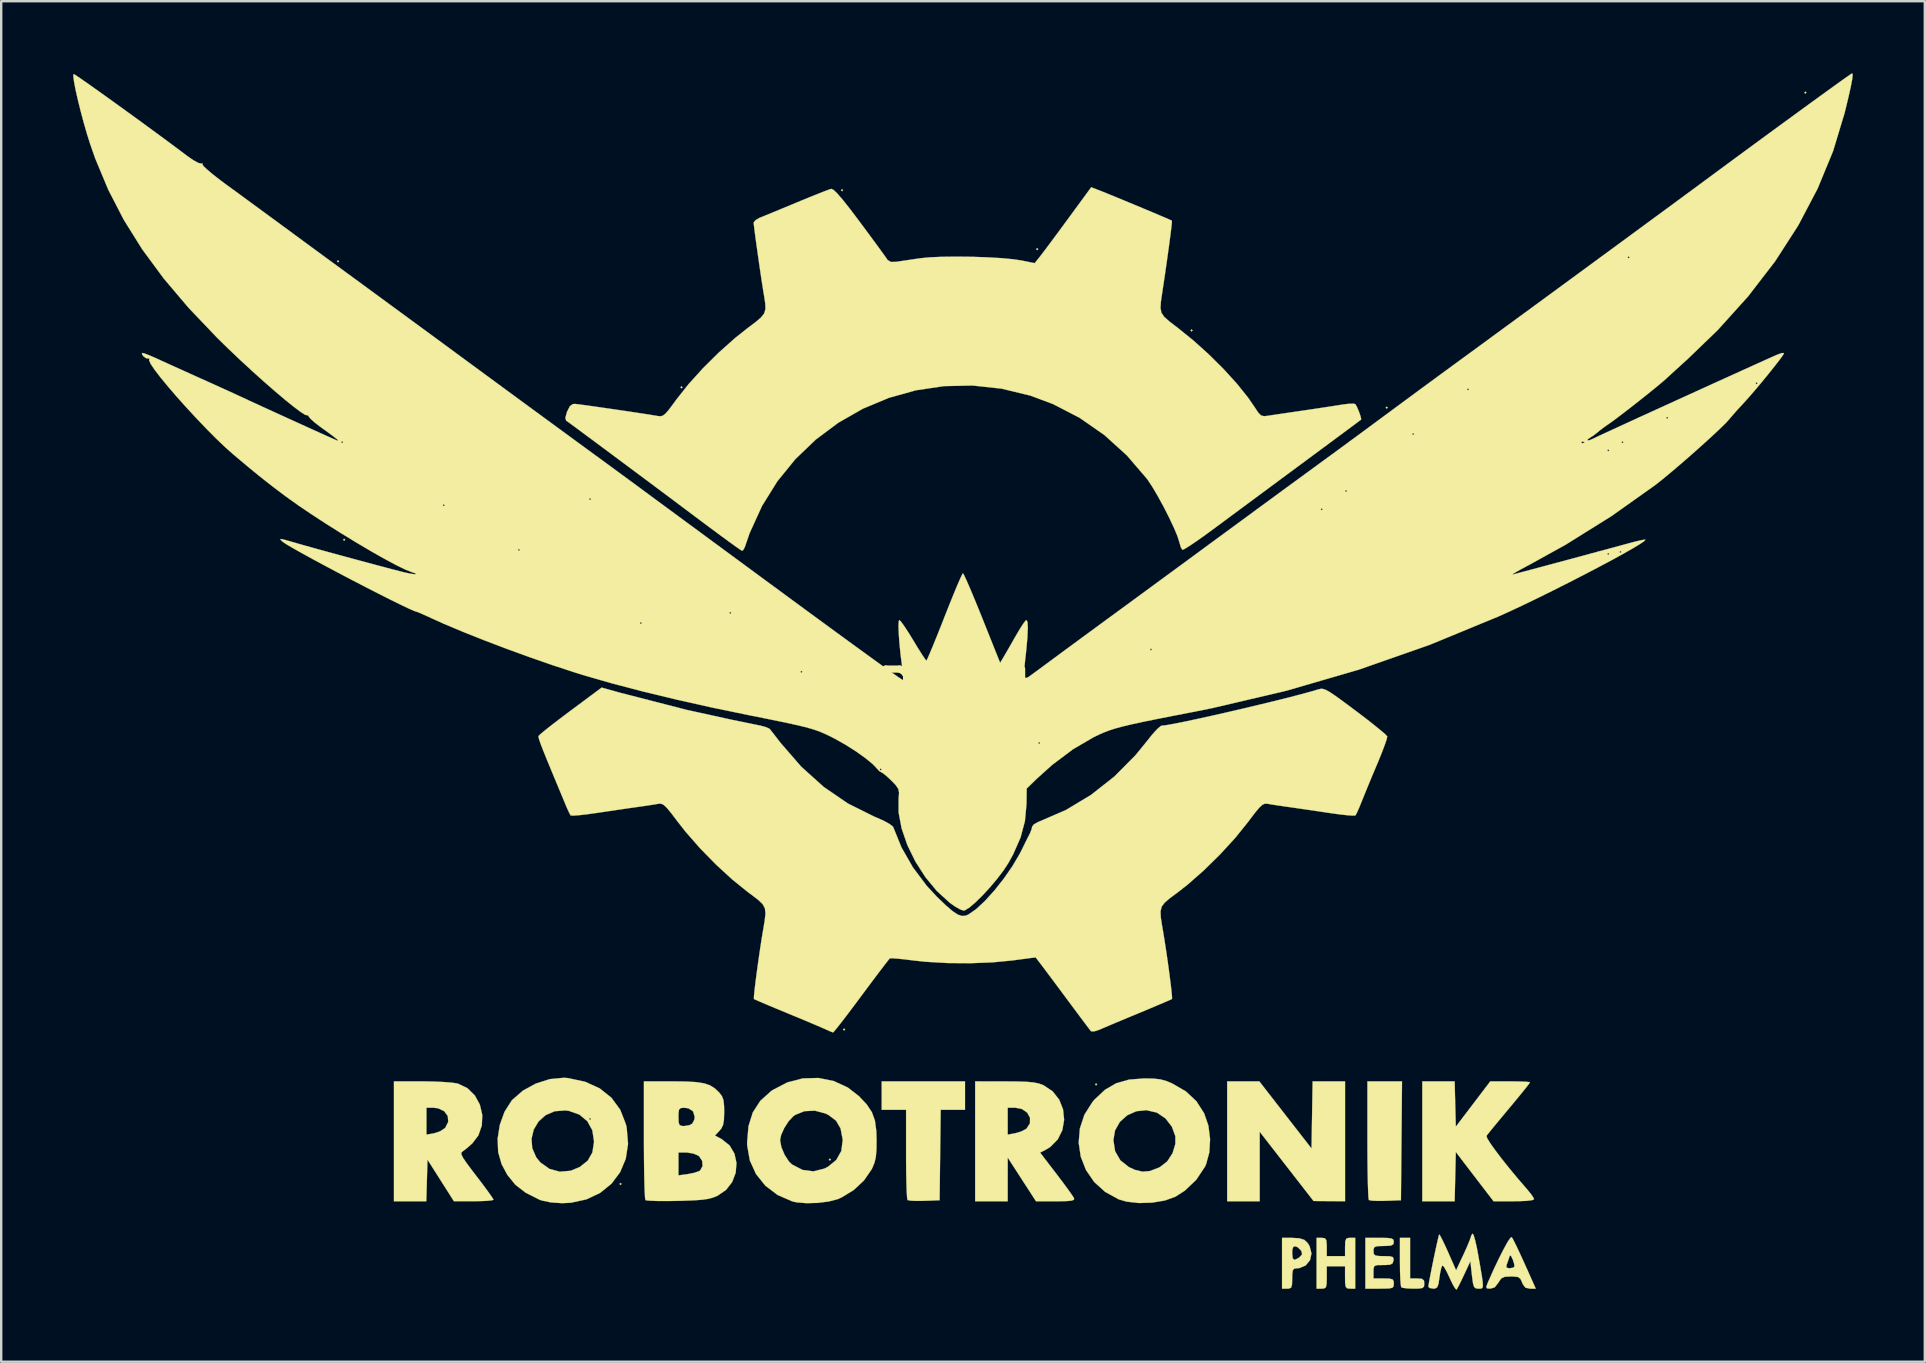
<source format=kicad_pcb>
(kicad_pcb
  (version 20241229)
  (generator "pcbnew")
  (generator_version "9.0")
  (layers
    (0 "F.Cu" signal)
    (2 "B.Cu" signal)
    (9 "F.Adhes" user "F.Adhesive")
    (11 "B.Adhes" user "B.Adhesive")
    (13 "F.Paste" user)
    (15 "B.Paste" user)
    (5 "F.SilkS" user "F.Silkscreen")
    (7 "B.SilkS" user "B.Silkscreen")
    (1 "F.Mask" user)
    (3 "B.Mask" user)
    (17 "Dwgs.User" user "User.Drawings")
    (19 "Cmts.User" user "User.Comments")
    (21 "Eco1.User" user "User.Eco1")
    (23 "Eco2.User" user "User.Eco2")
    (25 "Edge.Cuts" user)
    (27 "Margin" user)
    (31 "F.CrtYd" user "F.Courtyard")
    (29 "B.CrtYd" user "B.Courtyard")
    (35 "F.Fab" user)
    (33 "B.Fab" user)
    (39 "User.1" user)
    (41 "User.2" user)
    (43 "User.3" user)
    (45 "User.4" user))
  (footprint "LogoRobotronik"
    (layer "F.Cu")
    (at 36.899 25.659)
    (property "Reference" "LogoRobotronik" (at 0 0 0) (layer "F.SilkS") (effects (font (size 1.524 1.524) (thickness 0.3))))
    (attr through_hole)
    (fp_poly (pts (xy -25.823 -17.822) (xy -25.866 -17.78) (xy -25.908 -17.822) (xy -25.866 -17.865) (xy -25.823 -17.822)) (stroke (width 0.01) (type solid)) (fill yes) (layer "F.SilkS"))
    (fp_poly (pts (xy -25.569 -6.223) (xy -25.612 -6.181) (xy -25.654 -6.223) (xy -25.612 -6.265) (xy -25.569 -6.223)) (stroke (width 0.01) (type solid)) (fill yes) (layer "F.SilkS"))
    (fp_poly (pts (xy -14.055 20.616) (xy -14.097 20.659) (xy -14.139 20.616) (xy -14.097 20.574) (xy -14.055 20.616)) (stroke (width 0.01) (type solid)) (fill yes) (layer "F.SilkS"))
    (fp_poly (pts (xy -11.515 -12.573) (xy -11.557 -12.531) (xy -11.599 -12.573) (xy -11.557 -12.615) (xy -11.515 -12.573)) (stroke (width 0.01) (type solid)) (fill yes) (layer "F.SilkS"))
    (fp_poly (pts (xy -5.334 19.6) (xy -5.376 19.643) (xy -5.419 19.6) (xy -5.376 19.558) (xy -5.334 19.6)) (stroke (width 0.01) (type solid)) (fill yes) (layer "F.SilkS"))
    (fp_poly (pts (xy -4.826 -20.786) (xy -4.868 -20.743) (xy -4.911 -20.786) (xy -4.868 -20.828) (xy -4.826 -20.786)) (stroke (width 0.01) (type solid)) (fill yes) (layer "F.SilkS"))
    (fp_poly (pts (xy -4.741 14.182) (xy -4.784 14.224) (xy -4.826 14.182) (xy -4.784 14.139) (xy -4.741 14.182)) (stroke (width 0.01) (type solid)) (fill yes) (layer "F.SilkS"))
    (fp_poly (pts (xy 3.302 -18.33) (xy 3.26 -18.288) (xy 3.217 -18.33) (xy 3.26 -18.373) (xy 3.302 -18.33)) (stroke (width 0.01) (type solid)) (fill yes) (layer "F.SilkS"))
    (fp_poly (pts (xy 5.757 16.468) (xy 5.715 16.51) (xy 5.673 16.468) (xy 5.715 16.425) (xy 5.757 16.468)) (stroke (width 0.01) (type solid)) (fill yes) (layer "F.SilkS"))
    (fp_poly (pts (xy 9.737 -14.944) (xy 9.694 -14.901) (xy 9.652 -14.944) (xy 9.694 -14.986) (xy 9.737 -14.944)) (stroke (width 0.01) (type solid)) (fill yes) (layer "F.SilkS"))
    (fp_poly (pts (xy 17.865 -11.726) (xy 17.822 -11.684) (xy 17.78 -11.726) (xy 17.822 -11.769) (xy 17.865 -11.726)) (stroke (width 0.01) (type solid)) (fill yes) (layer "F.SilkS"))
    (fp_poly (pts (xy 35.306 -24.85) (xy 35.264 -24.807) (xy 35.221 -24.85) (xy 35.264 -24.892) (xy 35.306 -24.85)) (stroke (width 0.01) (type solid)) (fill yes) (layer "F.SilkS"))
    (fp_poly (pts (xy 13.602 17.74) (xy 14.69 19.139) (xy 14.713 17.74) (xy 14.736 16.341) (xy 16.087 16.341) (xy 16.087 21.336) (xy 14.774 21.326) (xy 13.652 19.883) (xy 12.531 18.44) (xy 12.531 21.336) (xy 11.176 21.336) (xy 11.176 16.341) (xy 12.515 16.341) (xy 13.602 17.74)) (stroke (width 0.01) (type solid)) (fill yes) (layer "F.SilkS"))
    (fp_poly (pts (xy 18.437 18.817) (xy 18.415 21.294) (xy 17.776 21.318) (xy 17.462 21.322) (xy 17.216 21.312) (xy 17.085 21.288) (xy 17.078 21.283) (xy 17.062 21.186) (xy 17.049 20.942) (xy 17.037 20.571) (xy 17.027 20.097) (xy 17.021 19.541) (xy 17.018 18.925) (xy 17.018 18.782) (xy 17.018 16.341) (xy 18.46 16.341) (xy 18.437 18.817)) (stroke (width 0.01) (type solid)) (fill yes) (layer "F.SilkS"))
    (fp_poly (pts (xy 18.796 24.553) (xy 19.092 24.553) (xy 19.293 24.569) (xy 19.375 24.64) (xy 19.389 24.765) (xy 19.376 24.888) (xy 19.31 24.951) (xy 19.149 24.974) (xy 18.937 24.977) (xy 18.674 24.967) (xy 18.485 24.942) (xy 18.429 24.92) (xy 18.407 24.818) (xy 18.389 24.582) (xy 18.377 24.248) (xy 18.373 23.862) (xy 18.373 22.86) (xy 18.796 22.86) (xy 18.796 24.553)) (stroke (width 0.01) (type solid)) (fill yes) (layer "F.SilkS"))
    (fp_poly (pts (xy 0.254 17.526) (xy -0.759 17.526) (xy -0.782 19.41) (xy -0.804 21.294) (xy -1.443 21.318) (xy -1.758 21.322) (xy -2.004 21.312) (xy -2.134 21.288) (xy -2.142 21.283) (xy -2.159 21.184) (xy -2.175 20.941) (xy -2.187 20.58) (xy -2.196 20.125) (xy -2.201 19.603) (xy -2.201 19.375) (xy -2.201 17.526) (xy -3.217 17.526) (xy -3.217 16.341) (xy 0.254 16.341) (xy 0.254 17.526)) (stroke (width 0.01) (type solid)) (fill yes) (layer "F.SilkS"))
    (fp_poly (pts (xy 15.244 22.876) (xy 15.305 22.953) (xy 15.324 23.138) (xy 15.325 23.241) (xy 15.325 23.622) (xy 16.087 23.622) (xy 16.087 23.241) (xy 16.095 23.006) (xy 16.139 22.895) (xy 16.241 22.861) (xy 16.298 22.86) (xy 16.51 22.86) (xy 16.51 24.977) (xy 16.298 24.977) (xy 16.177 24.965) (xy 16.114 24.901) (xy 16.09 24.744) (xy 16.087 24.511) (xy 16.087 24.045) (xy 15.325 24.045) (xy 15.325 24.511) (xy 15.319 24.778) (xy 15.29 24.917) (xy 15.219 24.969) (xy 15.113 24.977) (xy 14.901 24.977) (xy 14.901 22.86) (xy 15.113 22.86) (xy 15.244 22.876)) (stroke (width 0.01) (type solid)) (fill yes) (layer "F.SilkS"))
    (fp_poly (pts (xy 14.17 22.877) (xy 14.386 22.942) (xy 14.532 23.078) (xy 14.61 23.208) (xy 14.688 23.511) (xy 14.626 23.792) (xy 14.449 24.009) (xy 14.178 24.122) (xy 14.078 24.13) (xy 13.963 24.147) (xy 13.906 24.226) (xy 13.887 24.409) (xy 13.885 24.553) (xy 13.878 24.805) (xy 13.843 24.93) (xy 13.759 24.973) (xy 13.674 24.977) (xy 13.462 24.977) (xy 13.462 23.489) (xy 13.885 23.489) (xy 13.904 23.711) (xy 13.977 23.781) (xy 14.127 23.712) (xy 14.187 23.669) (xy 14.298 23.547) (xy 14.268 23.412) (xy 14.257 23.394) (xy 14.118 23.255) (xy 14.024 23.214) (xy 13.929 23.233) (xy 13.889 23.367) (xy 13.885 23.489) (xy 13.462 23.489) (xy 13.462 22.86) (xy 13.836 22.86) (xy 14.17 22.877)) (stroke (width 0.01) (type solid)) (fill yes) (layer "F.SilkS"))
    (fp_poly (pts (xy 20.677 17.285) (xy 20.701 18.229) (xy 21.419 17.285) (xy 22.137 16.341) (xy 22.964 16.341) (xy 23.315 16.345) (xy 23.592 16.355) (xy 23.759 16.371) (xy 23.791 16.383) (xy 23.74 16.458) (xy 23.597 16.641) (xy 23.382 16.907) (xy 23.112 17.235) (xy 22.916 17.47) (xy 22.615 17.831) (xy 22.35 18.15) (xy 22.143 18.404) (xy 22.012 18.568) (xy 21.979 18.614) (xy 22.009 18.712) (xy 22.135 18.917) (xy 22.342 19.208) (xy 22.613 19.566) (xy 22.935 19.969) (xy 23.29 20.397) (xy 23.664 20.83) (xy 23.68 20.849) (xy 23.843 21.049) (xy 23.944 21.204) (xy 23.961 21.252) (xy 23.88 21.291) (xy 23.656 21.319) (xy 23.312 21.334) (xy 23.117 21.336) (xy 22.274 21.336) (xy 21.487 20.31) (xy 20.701 19.283) (xy 20.677 20.31) (xy 20.653 21.336) (xy 19.304 21.336) (xy 19.304 16.341) (xy 20.653 16.341) (xy 20.677 17.285)) (stroke (width 0.01) (type solid)) (fill yes) (layer "F.SilkS"))
    (fp_poly (pts (xy 17.837 22.865) (xy 18.016 22.885) (xy 18.098 22.932) (xy 18.119 23.016) (xy 18.119 23.029) (xy 18.096 23.131) (xy 18.002 23.182) (xy 17.793 23.198) (xy 17.695 23.199) (xy 17.444 23.206) (xy 17.319 23.241) (xy 17.276 23.325) (xy 17.272 23.41) (xy 17.285 23.535) (xy 17.355 23.598) (xy 17.522 23.62) (xy 17.701 23.622) (xy 17.954 23.629) (xy 18.076 23.661) (xy 18.11 23.737) (xy 18.103 23.81) (xy 18.065 23.924) (xy 17.964 23.979) (xy 17.753 23.993) (xy 17.674 23.993) (xy 17.432 23.996) (xy 17.314 24.032) (xy 17.275 24.133) (xy 17.272 24.271) (xy 17.272 24.553) (xy 17.695 24.553) (xy 17.947 24.56) (xy 18.072 24.595) (xy 18.115 24.68) (xy 18.119 24.765) (xy 18.11 24.876) (xy 18.059 24.939) (xy 17.93 24.968) (xy 17.684 24.976) (xy 17.526 24.977) (xy 16.933 24.977) (xy 16.933 22.86) (xy 17.526 22.86) (xy 17.837 22.865)) (stroke (width 0.01) (type solid)) (fill yes) (layer "F.SilkS"))
    (fp_poly (pts (xy 23.03 22.828) (xy 23.09 22.929) (xy 23.203 23.155) (xy 23.354 23.473) (xy 23.528 23.852) (xy 23.568 23.939) (xy 24.032 24.977) (xy 23.793 24.977) (xy 23.604 24.939) (xy 23.493 24.793) (xy 23.465 24.723) (xy 23.393 24.565) (xy 23.285 24.491) (xy 23.084 24.469) (xy 22.994 24.469) (xy 22.745 24.482) (xy 22.601 24.545) (xy 22.497 24.688) (xy 22.479 24.723) (xy 22.322 24.922) (xy 22.137 24.977) (xy 22.001 24.967) (xy 21.969 24.906) (xy 22.026 24.748) (xy 22.046 24.701) (xy 22.271 24.196) (xy 22.317 24.099) (xy 22.808 24.099) (xy 22.931 24.13) (xy 23.088 24.103) (xy 23.14 24.067) (xy 23.135 23.951) (xy 23.074 23.763) (xy 23.073 23.76) (xy 22.998 23.607) (xy 22.953 23.6) (xy 22.925 23.675) (xy 22.852 23.895) (xy 22.818 23.982) (xy 22.808 24.099) (xy 22.317 24.099) (xy 22.487 23.74) (xy 22.682 23.354) (xy 22.844 23.058) (xy 22.963 22.876) (xy 23.028 22.827) (xy 23.03 22.828)) (stroke (width 0.01) (type solid)) (fill yes) (layer "F.SilkS"))
    (fp_poly (pts (xy 1.926 16.343) (xy 2.445 16.347) (xy 2.828 16.36) (xy 3.108 16.386) (xy 3.318 16.428) (xy 3.491 16.488) (xy 3.52 16.501) (xy 3.907 16.758) (xy 4.18 17.106) (xy 4.339 17.513) (xy 4.383 17.945) (xy 4.31 18.371) (xy 4.118 18.758) (xy 3.807 19.074) (xy 3.629 19.183) (xy 3.383 19.31) (xy 4.067 20.202) (xy 4.325 20.543) (xy 4.546 20.843) (xy 4.709 21.073) (xy 4.793 21.204) (xy 4.798 21.215) (xy 4.792 21.272) (xy 4.706 21.308) (xy 4.513 21.328) (xy 4.186 21.336) (xy 4.028 21.336) (xy 3.211 21.336) (xy 2.622 20.426) (xy 2.033 19.516) (xy 2.032 20.426) (xy 2.032 21.336) (xy 0.677 21.336) (xy 0.677 17.441) (xy 2.032 17.441) (xy 2.032 18.561) (xy 2.349 18.502) (xy 2.601 18.428) (xy 2.798 18.324) (xy 2.815 18.31) (xy 2.959 18.091) (xy 2.962 17.857) (xy 2.846 17.645) (xy 2.629 17.494) (xy 2.358 17.441) (xy 2.032 17.441) (xy 0.677 17.441) (xy 0.677 16.341) (xy 1.926 16.343)) (stroke (width 0.01) (type solid)) (fill yes) (layer "F.SilkS"))
    (fp_poly (pts (xy -22.373 16.341) (xy -21.914 16.348) (xy -21.486 16.367) (xy -21.133 16.394) (xy -20.899 16.428) (xy -20.874 16.435) (xy -20.474 16.626) (xy -20.165 16.93) (xy -19.957 17.313) (xy -19.857 17.74) (xy -19.875 18.177) (xy -20.018 18.59) (xy -20.266 18.918) (xy -20.468 19.099) (xy -20.642 19.236) (xy -20.681 19.262) (xy -20.728 19.31) (xy -20.726 19.39) (xy -20.66 19.523) (xy -20.521 19.73) (xy -20.294 20.035) (xy -20.108 20.278) (xy -19.848 20.619) (xy -19.63 20.914) (xy -19.472 21.136) (xy -19.394 21.259) (xy -19.389 21.273) (xy -19.468 21.299) (xy -19.679 21.32) (xy -19.987 21.332) (xy -20.214 21.334) (xy -21.04 21.333) (xy -22.14 19.602) (xy -22.189 21.336) (xy -23.537 21.336) (xy -23.537 17.441) (xy -22.183 17.441) (xy -22.183 18.561) (xy -21.865 18.505) (xy -21.613 18.422) (xy -21.416 18.292) (xy -21.399 18.274) (xy -21.274 18.025) (xy -21.295 17.783) (xy -21.443 17.584) (xy -21.698 17.463) (xy -21.886 17.441) (xy -22.183 17.441) (xy -23.537 17.441) (xy -23.537 16.341) (xy -22.373 16.341)) (stroke (width 0.01) (type solid)) (fill yes) (layer "F.SilkS"))
    (fp_poly (pts (xy 8.103 16.226) (xy 8.397 16.259) (xy 8.654 16.331) (xy 8.894 16.434) (xy 9.46 16.763) (xy 9.891 17.166) (xy 10.213 17.666) (xy 10.22 17.68) (xy 10.393 18.184) (xy 10.464 18.744) (xy 10.432 19.302) (xy 10.296 19.798) (xy 10.25 19.897) (xy 9.889 20.439) (xy 9.411 20.895) (xy 9.017 21.147) (xy 8.583 21.304) (xy 8.057 21.393) (xy 7.503 21.41) (xy 6.986 21.352) (xy 6.663 21.259) (xy 6.093 20.947) (xy 5.634 20.531) (xy 5.294 20.035) (xy 5.077 19.483) (xy 4.99 18.899) (xy 4.999 18.789) (xy 6.435 18.789) (xy 6.508 19.254) (xy 6.725 19.63) (xy 7.083 19.914) (xy 7.339 20.03) (xy 7.652 20.104) (xy 7.956 20.077) (xy 8.312 19.942) (xy 8.382 19.908) (xy 8.679 19.675) (xy 8.9 19.335) (xy 9.018 18.946) (xy 9.017 18.626) (xy 8.872 18.229) (xy 8.604 17.884) (xy 8.256 17.648) (xy 8.241 17.641) (xy 7.81 17.542) (xy 7.391 17.586) (xy 7.013 17.754) (xy 6.707 18.027) (xy 6.504 18.385) (xy 6.435 18.789) (xy 4.999 18.789) (xy 5.039 18.307) (xy 5.228 17.732) (xy 5.566 17.197) (xy 5.65 17.099) (xy 6.086 16.691) (xy 6.553 16.42) (xy 7.089 16.268) (xy 7.705 16.22) (xy 8.103 16.226)) (stroke (width 0.01) (type solid)) (fill yes) (layer "F.SilkS"))
    (fp_poly (pts (xy 21.451 22.769) (xy 21.511 22.979) (xy 21.58 23.287) (xy 21.631 23.558) (xy 21.722 24.076) (xy 21.785 24.449) (xy 21.821 24.703) (xy 21.829 24.859) (xy 21.811 24.941) (xy 21.767 24.973) (xy 21.696 24.977) (xy 21.648 24.977) (xy 21.534 24.965) (xy 21.463 24.905) (xy 21.418 24.759) (xy 21.381 24.491) (xy 21.371 24.405) (xy 21.308 23.834) (xy 21.045 24.4) (xy 20.911 24.682) (xy 20.8 24.901) (xy 20.735 25.013) (xy 20.731 25.017) (xy 20.676 24.972) (xy 20.576 24.804) (xy 20.454 24.55) (xy 20.441 24.52) (xy 20.316 24.256) (xy 20.21 24.073) (xy 20.143 24.008) (xy 20.14 24.01) (xy 20.096 24.108) (xy 20.048 24.322) (xy 20.02 24.512) (xy 19.979 24.78) (xy 19.926 24.919) (xy 19.84 24.971) (xy 19.76 24.977) (xy 19.606 24.948) (xy 19.558 24.896) (xy 19.574 24.777) (xy 19.617 24.539) (xy 19.68 24.218) (xy 19.753 23.855) (xy 19.83 23.488) (xy 19.902 23.154) (xy 19.962 22.892) (xy 20 22.741) (xy 20.009 22.719) (xy 20.054 22.778) (xy 20.149 22.961) (xy 20.28 23.236) (xy 20.377 23.451) (xy 20.713 24.213) (xy 21.025 23.548) (xy 21.166 23.236) (xy 21.273 22.977) (xy 21.331 22.815) (xy 21.336 22.786) (xy 21.386 22.695) (xy 21.408 22.691) (xy 21.451 22.769)) (stroke (width 0.01) (type solid)) (fill yes) (layer "F.SilkS"))
    (fp_poly (pts (xy -16.283 16.205) (xy -15.571 16.358) (xy -14.966 16.633) (xy -14.476 17.024) (xy -14.11 17.523) (xy -13.875 18.125) (xy -13.84 18.278) (xy -13.784 18.947) (xy -13.88 19.569) (xy -14.115 20.126) (xy -14.474 20.604) (xy -14.945 20.986) (xy -15.513 21.256) (xy -16.164 21.398) (xy -16.534 21.416) (xy -16.994 21.385) (xy -17.376 21.306) (xy -17.484 21.267) (xy -18.047 20.982) (xy -18.477 20.65) (xy -18.812 20.238) (xy -19.052 19.79) (xy -19.195 19.29) (xy -19.217 18.731) (xy -17.806 18.731) (xy -17.776 19.126) (xy -17.609 19.507) (xy -17.435 19.721) (xy -17.056 19.989) (xy -16.626 20.105) (xy -16.173 20.066) (xy -15.799 19.911) (xy -15.464 19.646) (xy -15.27 19.305) (xy -15.202 18.865) (xy -15.202 18.845) (xy -15.272 18.379) (xy -15.48 18.001) (xy -15.593 17.907) (xy -15.409 17.907) (xy -15.367 17.949) (xy -15.325 17.907) (xy -15.367 17.865) (xy -15.409 17.907) (xy -15.593 17.907) (xy -15.811 17.725) (xy -16.247 17.572) (xy -16.398 17.552) (xy -16.842 17.586) (xy -17.218 17.749) (xy -17.514 18.014) (xy -17.714 18.35) (xy -17.806 18.731) (xy -19.217 18.731) (xy -19.217 18.729) (xy -19.126 18.153) (xy -18.931 17.611) (xy -18.639 17.151) (xy -18.603 17.109) (xy -18.163 16.726) (xy -17.626 16.433) (xy -17.043 16.248) (xy -16.462 16.192) (xy -16.283 16.205)) (stroke (width 0.01) (type solid)) (fill yes) (layer "F.SilkS"))
    (fp_poly (pts (xy -5.218 16.327) (xy -4.629 16.598) (xy -4.163 16.959) (xy -3.839 17.304) (xy -3.625 17.627) (xy -3.498 17.978) (xy -3.441 18.409) (xy -3.43 18.796) (xy -3.436 19.203) (xy -3.461 19.494) (xy -3.514 19.722) (xy -3.604 19.942) (xy -3.64 20.013) (xy -3.955 20.469) (xy -4.389 20.873) (xy -4.893 21.18) (xy -5.062 21.252) (xy -5.432 21.348) (xy -5.885 21.404) (xy -6.353 21.416) (xy -6.766 21.381) (xy -6.943 21.341) (xy -7.554 21.075) (xy -8.063 20.689) (xy -8.453 20.203) (xy -8.711 19.636) (xy -8.821 19.008) (xy -8.824 18.892) (xy -8.815 18.791) (xy -7.451 18.791) (xy -7.397 19.081) (xy -7.262 19.403) (xy -7.08 19.681) (xy -6.951 19.806) (xy -6.51 20.032) (xy -6.063 20.09) (xy -5.612 19.978) (xy -5.461 19.903) (xy -5.11 19.618) (xy -4.901 19.245) (xy -4.842 18.8) (xy -4.846 18.74) (xy -4.931 18.302) (xy -5.118 17.981) (xy -5.43 17.744) (xy -5.562 17.679) (xy -6 17.562) (xy -6.435 17.583) (xy -6.818 17.737) (xy -6.897 17.792) (xy -7.096 18.004) (xy -7.279 18.29) (xy -7.409 18.583) (xy -7.451 18.791) (xy -8.815 18.791) (xy -8.767 18.21) (xy -8.586 17.634) (xy -8.273 17.151) (xy -7.821 16.745) (xy -7.755 16.7) (xy -7.147 16.384) (xy -6.504 16.218) (xy -5.852 16.2) (xy -5.218 16.327)) (stroke (width 0.01) (type solid)) (fill yes) (layer "F.SilkS"))
    (fp_poly (pts (xy -11.365 16.348) (xy -10.934 16.373) (xy -10.611 16.425) (xy -10.366 16.509) (xy -10.168 16.634) (xy -9.991 16.802) (xy -9.875 16.952) (xy -9.81 17.12) (xy -9.784 17.361) (xy -9.779 17.61) (xy -9.789 17.942) (xy -9.826 18.159) (xy -9.903 18.313) (xy -9.971 18.394) (xy -10.163 18.598) (xy -9.875 18.753) (xy -9.552 19.013) (xy -9.35 19.354) (xy -9.267 19.743) (xy -9.299 20.147) (xy -9.445 20.532) (xy -9.701 20.864) (xy -10.064 21.111) (xy -10.068 21.113) (xy -10.25 21.185) (xy -10.451 21.238) (xy -10.707 21.274) (xy -11.051 21.298) (xy -11.518 21.316) (xy -11.726 21.321) (xy -12.175 21.327) (xy -12.562 21.325) (xy -12.858 21.314) (xy -13.03 21.297) (xy -13.06 21.287) (xy -13.076 21.189) (xy -13.091 20.943) (xy -13.103 20.572) (xy -13.113 20.098) (xy -13.12 19.541) (xy -13.121 19.304) (xy -11.684 19.304) (xy -11.684 20.258) (xy -11.29 20.204) (xy -11.029 20.152) (xy -10.83 20.084) (xy -10.782 20.056) (xy -10.679 19.874) (xy -10.696 19.652) (xy -10.826 19.459) (xy -10.856 19.436) (xy -11.069 19.347) (xy -11.336 19.304) (xy -11.364 19.304) (xy -11.684 19.304) (xy -13.121 19.304) (xy -13.123 18.924) (xy -13.123 18.782) (xy -13.123 17.822) (xy -11.684 17.822) (xy -11.676 18.057) (xy -11.634 18.168) (xy -11.528 18.201) (xy -11.447 18.203) (xy -11.235 18.169) (xy -11.108 18.102) (xy -11.023 17.937) (xy -11.007 17.822) (xy -11.075 17.59) (xy -11.271 17.463) (xy -11.447 17.441) (xy -11.593 17.454) (xy -11.662 17.522) (xy -11.683 17.693) (xy -11.684 17.822) (xy -13.123 17.822) (xy -13.123 16.341) (xy -11.935 16.341) (xy -11.365 16.348)) (stroke (width 0.01) (type solid)) (fill yes) (layer "F.SilkS"))
    (fp_poly (pts (xy 5.91 -20.754) (xy 6.136 -20.664) (xy 6.456 -20.533) (xy 6.84 -20.375) (xy 7.259 -20.201) (xy 7.684 -20.024) (xy 8.084 -19.856) (xy 8.431 -19.709) (xy 8.696 -19.596) (xy 8.848 -19.528) (xy 8.873 -19.515) (xy 8.871 -19.427) (xy 8.846 -19.196) (xy 8.802 -18.846) (xy 8.743 -18.401) (xy 8.671 -17.886) (xy 8.591 -17.325) (xy 8.504 -16.742) (xy 8.469 -16.51) (xy 8.415 -16.14) (xy 8.398 -15.878) (xy 8.436 -15.683) (xy 8.549 -15.513) (xy 8.756 -15.327) (xy 9.074 -15.083) (xy 9.123 -15.046) (xy 9.769 -14.523) (xy 10.415 -13.941) (xy 11.03 -13.33) (xy 11.584 -12.721) (xy 12.046 -12.145) (xy 12.321 -11.745) (xy 12.473 -11.515) (xy 12.588 -11.4) (xy 12.715 -11.37) (xy 12.869 -11.387) (xy 13.064 -11.417) (xy 13.383 -11.464) (xy 13.787 -11.524) (xy 14.234 -11.589) (xy 14.309 -11.6) (xy 14.783 -11.67) (xy 15.248 -11.74) (xy 15.651 -11.802) (xy 15.941 -11.848) (xy 15.957 -11.851) (xy 16.233 -11.886) (xy 16.437 -11.892) (xy 16.515 -11.873) (xy 16.586 -11.75) (xy 16.666 -11.56) (xy 16.732 -11.37) (xy 16.759 -11.244) (xy 16.754 -11.227) (xy 16.681 -11.172) (xy 16.487 -11.027) (xy 16.188 -10.805) (xy 15.799 -10.517) (xy 15.335 -10.173) (xy 14.813 -9.787) (xy 14.266 -9.382) (xy 13.634 -8.915) (xy 12.988 -8.436) (xy 12.353 -7.966) (xy 11.758 -7.526) (xy 11.229 -7.134) (xy 10.794 -6.811) (xy 10.594 -6.663) (xy 10.2 -6.376) (xy 9.851 -6.131) (xy 9.571 -5.944) (xy 9.382 -5.83) (xy 9.309 -5.802) (xy 9.247 -5.907) (xy 9.188 -6.103) (xy 9.185 -6.118) (xy 9.106 -6.369) (xy 8.957 -6.725) (xy 8.757 -7.148) (xy 8.528 -7.598) (xy 8.287 -8.039) (xy 8.056 -8.431) (xy 7.853 -8.736) (xy 7.833 -8.763) (xy 6.998 -9.736) (xy 6.059 -10.586) (xy 5.029 -11.302) (xy 3.922 -11.875) (xy 2.982 -12.226) (xy 1.776 -12.518) (xy 0.569 -12.648) (xy -0.624 -12.623) (xy -1.793 -12.449) (xy -2.923 -12.133) (xy -4.003 -11.681) (xy -5.02 -11.101) (xy -5.961 -10.398) (xy -6.814 -9.581) (xy -7.567 -8.654) (xy -8.205 -7.626) (xy -8.718 -6.502) (xy -8.924 -5.905) (xy -8.993 -5.784) (xy -9.036 -5.764) (xy -9.118 -5.815) (xy -9.318 -5.954) (xy -9.616 -6.169) (xy -9.994 -6.447) (xy -10.434 -6.773) (xy -10.918 -7.135) (xy -10.925 -7.14) (xy -11.422 -7.513) (xy -11.967 -7.921) (xy -12.542 -8.351) (xy -13.132 -8.791) (xy -13.719 -9.228) (xy -14.287 -9.651) (xy -14.819 -10.047) (xy -15.299 -10.403) (xy -15.711 -10.708) (xy -16.036 -10.949) (xy -16.26 -11.113) (xy -16.366 -11.188) (xy -16.366 -11.189) (xy -16.395 -11.304) (xy -16.332 -11.535) (xy -16.318 -11.57) (xy -16.207 -11.787) (xy -16.086 -11.875) (xy -15.988 -11.881) (xy -15.841 -11.864) (xy -15.56 -11.827) (xy -15.178 -11.773) (xy -14.73 -11.709) (xy -14.249 -11.639) (xy -13.769 -11.568) (xy -13.323 -11.501) (xy -12.944 -11.443) (xy -12.667 -11.398) (xy -12.563 -11.38) (xy -12.441 -11.366) (xy -12.338 -11.39) (xy -12.226 -11.475) (xy -12.08 -11.644) (xy -11.874 -11.92) (xy -11.759 -12.078) (xy -11.263 -12.705) (xy -10.663 -13.368) (xy -10.001 -14.024) (xy -9.324 -14.627) (xy -8.824 -15.024) (xy -8.478 -15.285) (xy -8.247 -15.481) (xy -8.114 -15.65) (xy -8.06 -15.83) (xy -8.067 -16.061) (xy -8.115 -16.379) (xy -8.131 -16.468) (xy -8.177 -16.755) (xy -8.235 -17.132) (xy -8.299 -17.565) (xy -8.365 -18.021) (xy -8.427 -18.465) (xy -8.482 -18.863) (xy -8.523 -19.181) (xy -8.547 -19.385) (xy -8.551 -19.437) (xy -8.48 -19.532) (xy -8.306 -19.634) (xy -8.276 -19.646) (xy -8.104 -19.716) (xy -7.81 -19.836) (xy -7.428 -19.994) (xy -6.991 -20.175) (xy -6.731 -20.284) (xy -6.292 -20.464) (xy -5.9 -20.622) (xy -5.586 -20.746) (xy -5.379 -20.822) (xy -5.318 -20.841) (xy -5.228 -20.803) (xy -5.074 -20.657) (xy -4.848 -20.396) (xy -4.543 -20.012) (xy -4.153 -19.495) (xy -4.105 -19.431) (xy -3.783 -18.997) (xy -3.493 -18.604) (xy -3.252 -18.274) (xy -3.076 -18.03) (xy -2.98 -17.892) (xy -2.969 -17.875) (xy -2.827 -17.795) (xy -2.615 -17.801) (xy -2.395 -17.834) (xy -2.07 -17.882) (xy -1.702 -17.937) (xy -1.616 -17.949) (xy -1.216 -17.989) (xy -0.695 -18.011) (xy -0.094 -18.018) (xy 0.545 -18.011) (xy 1.179 -17.989) (xy 1.767 -17.955) (xy 2.267 -17.908) (xy 2.615 -17.856) (xy 3.155 -17.746) (xy 3.357 -17.996) (xy 3.47 -18.142) (xy 3.664 -18.399) (xy 3.918 -18.739) (xy 4.213 -19.138) (xy 4.53 -19.569) (xy 4.536 -19.577) (xy 5.512 -20.909) (xy 5.91 -20.754)) (stroke (width 0.01) (type solid)) (fill yes) (layer "F.SilkS"))
    (fp_poly (pts (xy -14.151 0.141) (xy -11.347 0.863) (xy -9.44 1.282) (xy -9.041 1.363) (xy -8.668 1.439) (xy -8.376 1.499) (xy -8.269 1.521) (xy -8.045 1.582) (xy -7.897 1.648) (xy -7.881 1.662) (xy -7.801 1.761) (xy -7.649 1.956) (xy -7.455 2.206) (xy -7.426 2.244) (xy -6.566 3.235) (xy -5.629 4.078) (xy -4.616 4.77) (xy -3.529 5.311) (xy -3.459 5.339) (xy -3.145 5.478) (xy -2.898 5.613) (xy -2.755 5.72) (xy -2.736 5.749) (xy -2.395 6.591) (xy -1.919 7.424) (xy -1.335 8.202) (xy -0.932 8.636) (xy -0.556 8.998) (xy -0.269 9.246) (xy -0.048 9.393) (xy 0.129 9.452) (xy 0.287 9.437) (xy 0.395 9.391) (xy 0.719 9.165) (xy 1.091 8.818) (xy 1.485 8.382) (xy 1.874 7.889) (xy 2.233 7.37) (xy 2.536 6.857) (xy 2.621 6.689) (xy 2.766 6.394) (xy 2.89 6.145) (xy 2.967 5.994) (xy 2.968 5.991) (xy 3.036 5.812) (xy 3.048 5.733) (xy 3.12 5.637) (xy 3.301 5.535) (xy 3.365 5.51) (xy 4.46 5.035) (xy 5.502 4.408) (xy 6.472 3.645) (xy 7.351 2.76) (xy 7.833 2.169) (xy 8.056 1.889) (xy 8.255 1.671) (xy 8.4 1.544) (xy 8.447 1.524) (xy 8.623 1.504) (xy 8.94 1.448) (xy 9.373 1.362) (xy 9.901 1.25) (xy 10.499 1.118) (xy 11.143 0.972) (xy 11.811 0.817) (xy 12.479 0.658) (xy 13.123 0.502) (xy 13.721 0.353) (xy 14.247 0.216) (xy 14.68 0.098) (xy 14.96 0.015) (xy 15.06 -0.01) (xy 15.158 -0.01) (xy 15.277 0.028) (xy 15.438 0.115) (xy 15.663 0.265) (xy 15.974 0.489) (xy 16.392 0.8) (xy 16.526 0.9) (xy 16.932 1.208) (xy 17.288 1.487) (xy 17.573 1.718) (xy 17.766 1.885) (xy 17.845 1.971) (xy 17.845 1.972) (xy 17.822 2.085) (xy 17.743 2.32) (xy 17.62 2.645) (xy 17.465 3.027) (xy 17.438 3.09) (xy 17.25 3.535) (xy 17.064 3.983) (xy 16.902 4.38) (xy 16.79 4.657) (xy 16.675 4.939) (xy 16.579 5.155) (xy 16.521 5.261) (xy 16.521 5.262) (xy 16.421 5.27) (xy 16.189 5.255) (xy 15.856 5.218) (xy 15.457 5.163) (xy 15.409 5.156) (xy 14.929 5.084) (xy 14.439 5.012) (xy 14 4.948) (xy 13.716 4.908) (xy 13.374 4.859) (xy 13.071 4.813) (xy 12.87 4.779) (xy 12.861 4.777) (xy 12.756 4.771) (xy 12.652 4.813) (xy 12.526 4.925) (xy 12.354 5.128) (xy 12.113 5.444) (xy 12.058 5.519) (xy 11.52 6.188) (xy 10.886 6.88) (xy 10.206 7.549) (xy 9.527 8.146) (xy 9.122 8.463) (xy 8.793 8.707) (xy 8.574 8.893) (xy 8.448 9.063) (xy 8.399 9.258) (xy 8.412 9.521) (xy 8.47 9.892) (xy 8.504 10.085) (xy 8.571 10.497) (xy 8.641 10.953) (xy 8.709 11.423) (xy 8.77 11.876) (xy 8.822 12.282) (xy 8.859 12.609) (xy 8.879 12.829) (xy 8.877 12.909) (xy 8.793 12.949) (xy 8.578 13.042) (xy 8.259 13.178) (xy 7.861 13.346) (xy 7.493 13.499) (xy 7.026 13.693) (xy 6.593 13.874) (xy 6.227 14.028) (xy 5.961 14.141) (xy 5.851 14.189) (xy 5.649 14.256) (xy 5.515 14.259) (xy 5.501 14.25) (xy 5.434 14.164) (xy 5.282 13.963) (xy 5.06 13.668) (xy 4.784 13.297) (xy 4.469 12.873) (xy 4.325 12.679) (xy 4.001 12.243) (xy 3.712 11.857) (xy 3.474 11.54) (xy 3.3 11.311) (xy 3.206 11.191) (xy 3.193 11.177) (xy 3.107 11.188) (xy 2.888 11.216) (xy 2.57 11.258) (xy 2.244 11.302) (xy 1.407 11.383) (xy 0.478 11.419) (xy -0.473 11.412) (xy -1.377 11.36) (xy -1.896 11.304) (xy -2.274 11.257) (xy -2.588 11.226) (xy -2.802 11.212) (xy -2.877 11.217) (xy -2.942 11.293) (xy -3.092 11.485) (xy -3.313 11.774) (xy -3.588 12.139) (xy -3.903 12.562) (xy -4.066 12.781) (xy -4.394 13.221) (xy -4.688 13.611) (xy -4.935 13.931) (xy -5.119 14.163) (xy -5.225 14.288) (xy -5.244 14.303) (xy -5.346 14.266) (xy -5.53 14.184) (xy -5.546 14.177) (xy -5.707 14.105) (xy -5.994 13.982) (xy -6.373 13.822) (xy -6.813 13.639) (xy -7.154 13.498) (xy -7.598 13.314) (xy -7.984 13.152) (xy -8.287 13.023) (xy -8.48 12.939) (xy -8.539 12.91) (xy -8.54 12.818) (xy -8.519 12.59) (xy -8.48 12.255) (xy -8.427 11.845) (xy -8.365 11.389) (xy -8.297 10.919) (xy -8.228 10.464) (xy -8.165 10.085) (xy -8.093 9.657) (xy -8.059 9.355) (xy -8.081 9.137) (xy -8.173 8.962) (xy -8.353 8.788) (xy -8.634 8.572) (xy -8.783 8.463) (xy -9.437 7.936) (xy -10.122 7.307) (xy -10.79 6.624) (xy -11.394 5.934) (xy -11.719 5.519) (xy -11.976 5.179) (xy -12.159 4.956) (xy -12.291 4.829) (xy -12.398 4.775) (xy -12.501 4.773) (xy -12.522 4.777) (xy -12.714 4.81) (xy -13.012 4.856) (xy -13.353 4.905) (xy -13.377 4.908) (xy -13.723 4.957) (xy -14.174 5.023) (xy -14.667 5.096) (xy -15.071 5.156) (xy -15.475 5.213) (xy -15.815 5.252) (xy -16.059 5.27) (xy -16.174 5.264) (xy -16.177 5.262) (xy -16.235 5.157) (xy -16.329 4.952) (xy -16.382 4.826) (xy -16.514 4.508) (xy -16.649 4.185) (xy -16.681 4.106) (xy -16.947 3.468) (xy -17.153 2.969) (xy -17.306 2.591) (xy -17.412 2.318) (xy -17.477 2.134) (xy -17.51 2.02) (xy -17.515 1.961) (xy -17.513 1.954) (xy -17.439 1.879) (xy -17.249 1.721) (xy -16.967 1.498) (xy -16.612 1.225) (xy -16.207 0.921) (xy -16.183 0.903) (xy -14.883 -0.064) (xy -14.151 0.141)) (stroke (width 0.01) (type solid)) (fill yes) (layer "F.SilkS"))
    (fp_poly (pts (xy 37.234 -25.596) (xy 37.216 -25.415) (xy 37.157 -25.102) (xy 37.055 -24.646) (xy 36.908 -24.038) (xy 36.899 -24.003) (xy 36.419 -22.414) (xy 35.774 -20.851) (xy 34.968 -19.319) (xy 34.003 -17.822) (xy 32.882 -16.366) (xy 31.609 -14.955) (xy 30.368 -13.758) (xy 30.061 -13.479) (xy 29.789 -13.232) (xy 29.583 -13.043) (xy 29.479 -12.946) (xy 29.308 -12.796) (xy 29.036 -12.57) (xy 28.694 -12.294) (xy 28.317 -11.993) (xy 27.936 -11.695) (xy 27.585 -11.425) (xy 27.297 -11.208) (xy 27.136 -11.092) (xy 26.888 -10.918) (xy 26.688 -10.767) (xy 26.6 -10.693) (xy 26.431 -10.561) (xy 26.317 -10.491) (xy 26.2 -10.407) (xy 26.186 -10.362) (xy 26.278 -10.372) (xy 26.45 -10.446) (xy 26.468 -10.456) (xy 26.58 -10.51) (xy 26.828 -10.626) (xy 27.194 -10.794) (xy 27.657 -11.008) (xy 28.201 -11.257) (xy 28.301 -11.303) (xy 29.464 -11.303) (xy 29.506 -11.261) (xy 29.549 -11.303) (xy 29.506 -11.345) (xy 29.464 -11.303) (xy 28.301 -11.303) (xy 28.806 -11.534) (xy 29.455 -11.83) (xy 30.127 -12.137) (xy 30.806 -12.446) (xy 31.456 -12.742) (xy 33.189 -12.742) (xy 33.232 -12.7) (xy 33.274 -12.742) (xy 33.232 -12.785) (xy 33.189 -12.742) (xy 31.456 -12.742) (xy 31.471 -12.749) (xy 32.106 -13.037) (xy 32.69 -13.302) (xy 33.207 -13.536) (xy 33.636 -13.73) (xy 33.96 -13.875) (xy 34.099 -13.936) (xy 34.279 -13.999) (xy 34.37 -14.001) (xy 34.373 -13.992) (xy 34.321 -13.9) (xy 34.18 -13.706) (xy 33.972 -13.438) (xy 33.719 -13.121) (xy 33.442 -12.784) (xy 33.163 -12.452) (xy 32.904 -12.152) (xy 32.688 -11.912) (xy 32.672 -11.896) (xy 32.436 -11.64) (xy 32.221 -11.397) (xy 32.091 -11.242) (xy 31.942 -11.079) (xy 31.687 -10.83) (xy 31.351 -10.516) (xy 30.959 -10.159) (xy 30.535 -9.782) (xy 30.103 -9.406) (xy 29.689 -9.053) (xy 29.317 -8.745) (xy 29.012 -8.503) (xy 28.998 -8.493) (xy 27.185 -7.207) (xy 25.273 -6.014) (xy 23.746 -5.169) (xy 23.43 -5.001) (xy 23.197 -4.87) (xy 23.071 -4.79) (xy 23.072 -4.773) (xy 23.394 -4.859) (xy 23.835 -4.976) (xy 24.361 -5.117) (xy 24.942 -5.273) (xy 25.546 -5.435) (xy 26.142 -5.596) (xy 26.27 -5.63) (xy 27.009 -5.63) (xy 27.051 -5.588) (xy 27.093 -5.63) (xy 27.051 -5.673) (xy 27.009 -5.63) (xy 26.27 -5.63) (xy 26.583 -5.715) (xy 27.517 -5.715) (xy 27.559 -5.673) (xy 27.601 -5.715) (xy 27.559 -5.757) (xy 27.517 -5.715) (xy 26.583 -5.715) (xy 26.699 -5.746) (xy 27.185 -5.878) (xy 27.568 -5.982) (xy 27.809 -6.048) (xy 28.142 -6.137) (xy 28.408 -6.2) (xy 28.569 -6.229) (xy 28.599 -6.227) (xy 28.551 -6.166) (xy 28.369 -6.041) (xy 28.068 -5.86) (xy 27.667 -5.632) (xy 27.184 -5.367) (xy 26.635 -5.075) (xy 26.038 -4.763) (xy 25.41 -4.441) (xy 24.769 -4.118) (xy 24.132 -3.803) (xy 23.517 -3.506) (xy 22.94 -3.235) (xy 22.487 -3.03) (xy 19.611 -1.844) (xy 16.664 -0.812) (xy 13.647 0.066) (xy 10.56 0.79) (xy 9.737 0.955) (xy 8.897 1.118) (xy 8.204 1.255) (xy 7.638 1.37) (xy 7.18 1.47) (xy 6.81 1.559) (xy 6.509 1.641) (xy 6.257 1.722) (xy 6.035 1.807) (xy 5.823 1.901) (xy 5.624 1.997) (xy 4.757 2.502) (xy 3.887 3.155) (xy 3.253 3.725) (xy 2.824 4.142) (xy 2.815 4.801) (xy 2.75 5.499) (xy 2.569 6.18) (xy 2.259 6.886) (xy 2.064 7.239) (xy 1.855 7.559) (xy 1.588 7.909) (xy 1.288 8.265) (xy 0.98 8.599) (xy 0.687 8.886) (xy 0.436 9.1) (xy 0.249 9.215) (xy 0.193 9.227) (xy 0.05 9.177) (xy -0.172 9.049) (xy -0.385 8.898) (xy -0.916 8.414) (xy -1.398 7.831) (xy -1.814 7.181) (xy -2.149 6.495) (xy -2.387 5.805) (xy -2.512 5.143) (xy -2.512 4.56) (xy -2.493 4.324) (xy -2.524 4.16) (xy -2.629 4.003) (xy -2.809 3.815) (xy -3.007 3.629) (xy -3.161 3.504) (xy -3.222 3.471) (xy -3.323 3.411) (xy -3.382 3.344) (xy -3.302 3.344) (xy -3.26 3.387) (xy -3.217 3.344) (xy -3.26 3.302) (xy -3.302 3.344) (xy -3.382 3.344) (xy -3.403 3.32) (xy -3.599 3.116) (xy -3.911 2.862) (xy -4.303 2.584) (xy -4.738 2.308) (xy -4.853 2.244) (xy 3.302 2.244) (xy 3.344 2.286) (xy 3.387 2.244) (xy 3.344 2.201) (xy 3.302 2.244) (xy -4.853 2.244) (xy -5.18 2.06) (xy -5.292 2.003) (xy -5.516 1.893) (xy -5.727 1.8) (xy -5.947 1.717) (xy -6.199 1.638) (xy -6.506 1.556) (xy -6.89 1.467) (xy -7.374 1.363) (xy -7.981 1.239) (xy -8.678 1.1) (xy -10.247 0.776) (xy -11.747 0.441) (xy -13.155 0.101) (xy -14.449 -0.238) (xy -15.606 -0.571) (xy -16.044 -0.707) (xy -16.082 -0.72) (xy -6.604 -0.72) (xy -6.562 -0.677) (xy -6.519 -0.72) (xy -6.562 -0.762) (xy -6.604 -0.72) (xy -16.082 -0.72) (xy -16.952 -1.006) (xy -17.904 -1.338) (xy -18.865 -1.688) (xy -19.798 -2.043) (xy -20.667 -2.389) (xy -21.436 -2.713) (xy -21.522 -2.752) (xy -13.293 -2.752) (xy -13.25 -2.709) (xy -13.208 -2.752) (xy -13.25 -2.794) (xy -13.293 -2.752) (xy -21.522 -2.752) (xy -21.915 -2.928) (xy -22.208 -3.062) (xy -22.437 -3.164) (xy -22.465 -3.175) (xy -9.567 -3.175) (xy -9.525 -3.133) (xy -9.483 -3.175) (xy -9.525 -3.217) (xy -9.567 -3.175) (xy -22.465 -3.175) (xy -22.563 -3.214) (xy -22.574 -3.217) (xy -22.693 -3.256) (xy -22.94 -3.365) (xy -23.293 -3.534) (xy -23.731 -3.75) (xy -24.234 -4.004) (xy -24.78 -4.284) (xy -25.349 -4.579) (xy -25.919 -4.879) (xy -26.469 -5.172) (xy -26.978 -5.447) (xy -27.426 -5.694) (xy -27.791 -5.9) (xy -28.052 -6.056) (xy -28.188 -6.151) (xy -28.194 -6.156) (xy -28.255 -6.218) (xy -28.269 -6.251) (xy -28.211 -6.25) (xy -28.056 -6.212) (xy -27.781 -6.134) (xy -27.517 -6.057) (xy -27.222 -5.973) (xy -26.81 -5.858) (xy -26.312 -5.721) (xy -25.761 -5.571) (xy -25.187 -5.415) (xy -24.622 -5.263) (xy -24.099 -5.123) (xy -23.649 -5.003) (xy -23.303 -4.913) (xy -23.115 -4.866) (xy -22.848 -4.809) (xy -22.672 -4.785) (xy -22.607 -4.793) (xy -22.675 -4.832) (xy -22.79 -4.872) (xy -23.074 -4.986) (xy -23.473 -5.182) (xy -23.966 -5.447) (xy -24.528 -5.766) (xy -24.584 -5.8) (xy -18.373 -5.8) (xy -18.33 -5.757) (xy -18.288 -5.8) (xy -18.33 -5.842) (xy -18.373 -5.8) (xy -24.584 -5.8) (xy -25.136 -6.126) (xy -25.767 -6.512) (xy -26.398 -6.91) (xy -27.006 -7.307) (xy -27.529 -7.662) (xy -21.505 -7.662) (xy -21.463 -7.62) (xy -21.421 -7.662) (xy -21.463 -7.705) (xy -21.505 -7.662) (xy -27.529 -7.662) (xy -27.567 -7.689) (xy -27.886 -7.916) (xy -15.409 -7.916) (xy -15.367 -7.874) (xy -15.325 -7.916) (xy -15.367 -7.959) (xy -15.409 -7.916) (xy -27.886 -7.916) (xy -28.059 -8.04) (xy -28.138 -8.099) (xy -28.528 -8.394) (xy -28.87 -8.659) (xy -29.204 -8.925) (xy -29.568 -9.223) (xy -30.003 -9.587) (xy -30.226 -9.775) (xy -30.566 -10.077) (xy -30.785 -10.287) (xy -25.739 -10.287) (xy -25.696 -10.245) (xy -25.654 -10.287) (xy -25.696 -10.329) (xy -25.739 -10.287) (xy -30.785 -10.287) (xy -30.949 -10.443) (xy -31.359 -10.856) (xy -31.781 -11.298) (xy -32.199 -11.75) (xy -32.598 -12.196) (xy -32.96 -12.618) (xy -33.271 -12.996) (xy -33.515 -13.315) (xy -33.676 -13.556) (xy -33.738 -13.701) (xy -33.734 -13.725) (xy -33.72 -13.788) (xy -33.759 -13.772) (xy -33.859 -13.783) (xy -33.974 -13.866) (xy -34.038 -13.964) (xy -34.027 -14.005) (xy -33.94 -13.987) (xy -33.741 -13.912) (xy -33.472 -13.796) (xy -33.443 -13.782) (xy -33.163 -13.654) (xy -32.774 -13.477) (xy -32.321 -13.273) (xy -31.85 -13.06) (xy -31.708 -12.996) (xy -31.241 -12.786) (xy -30.777 -12.576) (xy -30.363 -12.388) (xy -30.044 -12.241) (xy -29.972 -12.208) (xy -29.535 -12.005) (xy -29.041 -11.778) (xy -28.515 -11.537) (xy -27.98 -11.293) (xy -27.459 -11.056) (xy -26.977 -10.837) (xy -26.557 -10.647) (xy -26.223 -10.497) (xy -25.998 -10.397) (xy -25.908 -10.359) (xy -25.858 -10.351) (xy -25.892 -10.395) (xy -26.025 -10.503) (xy -26.269 -10.685) (xy -26.607 -10.929) (xy -26.847 -11.114) (xy -27.021 -11.271) (xy -27.093 -11.366) (xy -27.093 -11.369) (xy -27.128 -11.418) (xy -27.146 -11.405) (xy -27.238 -11.429) (xy -27.435 -11.555) (xy -27.723 -11.772) (xy -28.085 -12.064) (xy -28.504 -12.419) (xy -28.965 -12.822) (xy -29.452 -13.259) (xy -29.949 -13.718) (xy -30.439 -14.183) (xy -30.907 -14.641) (xy -30.91 -14.644) (xy -32.097 -15.89) (xy -33.132 -17.112) (xy -34.026 -18.326) (xy -34.791 -19.55) (xy -35.438 -20.803) (xy -35.98 -22.102) (xy -36.189 -22.698) (xy -36.325 -23.129) (xy -36.461 -23.6) (xy -36.589 -24.081) (xy -36.704 -24.544) (xy -36.798 -24.959) (xy -36.863 -25.298) (xy -36.894 -25.531) (xy -36.886 -25.626) (xy -36.813 -25.586) (xy -36.621 -25.458) (xy -36.328 -25.255) (xy -35.953 -24.989) (xy -35.511 -24.674) (xy -35.022 -24.322) (xy -34.502 -23.946) (xy -33.969 -23.558) (xy -33.442 -23.172) (xy -32.937 -22.8) (xy -32.472 -22.454) (xy -32.148 -22.21) (xy -31.897 -22.037) (xy -31.69 -21.924) (xy -31.57 -21.894) (xy -31.563 -21.897) (xy -31.509 -21.903) (xy -31.522 -21.87) (xy -31.476 -21.793) (xy -31.313 -21.639) (xy -31.057 -21.425) (xy -30.73 -21.171) (xy -30.541 -21.031) (xy -30.119 -20.723) (xy -29.609 -20.35) (xy -29.058 -19.946) (xy -28.513 -19.547) (xy -28.152 -19.281) (xy -27.698 -18.947) (xy -27.144 -18.54) (xy -26.529 -18.089) (xy -25.889 -17.62) (xy -25.262 -17.161) (xy -24.85 -16.859) (xy -24.304 -16.459) (xy -23.655 -15.983) (xy -22.935 -15.455) (xy -22.177 -14.9) (xy -21.415 -14.34) (xy -20.682 -13.801) (xy -20.235 -13.473) (xy -19.554 -12.973) (xy -18.837 -12.446) (xy -18.115 -11.916) (xy -17.417 -11.405) (xy -16.773 -10.933) (xy -16.214 -10.524) (xy -15.875 -10.275) (xy -15.21 -9.789) (xy -14.654 -9.383) (xy -14.18 -9.035) (xy -13.759 -8.726) (xy -13.363 -8.435) (xy -12.965 -8.142) (xy -12.66 -7.916) (xy -12.347 -7.685) (xy -11.98 -7.416) (xy -11.668 -7.186) (xy -11.438 -7.017) (xy -11.101 -6.769) (xy -10.687 -6.464) (xy -10.224 -6.123) (xy -9.741 -5.768) (xy -9.597 -5.662) (xy -8.288 -4.698) (xy -7.114 -3.835) (xy -6.072 -3.07) (xy -5.161 -2.403) (xy -4.379 -1.833) (xy -3.725 -1.358) (xy -3.198 -0.977) (xy -2.794 -0.689) (xy -2.514 -0.493) (xy -2.354 -0.388) (xy -2.313 -0.368) (xy -2.314 -0.455) (xy -2.334 -0.664) (xy -2.367 -0.935) (xy -2.431 -1.446) (xy -2.478 -1.919) (xy -2.507 -2.324) (xy -2.517 -2.637) (xy -2.506 -2.829) (xy -2.482 -2.879) (xy -2.412 -2.81) (xy -2.277 -2.624) (xy -2.096 -2.349) (xy -1.902 -2.032) (xy -1.701 -1.7) (xy -1.53 -1.43) (xy -1.408 -1.249) (xy -1.355 -1.186) (xy -1.313 -1.262) (xy -1.22 -1.473) (xy -1.084 -1.798) (xy -0.914 -2.215) (xy -0.72 -2.702) (xy -0.601 -3.006) (xy -0.396 -3.523) (xy -0.21 -3.984) (xy -0.051 -4.365) (xy 0.072 -4.644) (xy 0.148 -4.801) (xy 0.168 -4.826) (xy 0.214 -4.751) (xy 0.313 -4.54) (xy 0.455 -4.214) (xy 0.631 -3.796) (xy 0.831 -3.308) (xy 0.971 -2.96) (xy 1.717 -1.095) (xy 1.859 -1.331) (xy 1.965 -1.513) (xy 2.126 -1.792) (xy 2.311 -2.116) (xy 2.372 -2.223) (xy 2.544 -2.514) (xy 2.69 -2.739) (xy 2.788 -2.864) (xy 2.811 -2.879) (xy 2.857 -2.796) (xy 2.871 -2.551) (xy 2.853 -2.148) (xy 2.802 -1.59) (xy 2.764 -1.254) (xy 2.719 -0.811) (xy 2.706 -0.529) (xy 2.725 -0.405) (xy 2.747 -0.401) (xy 2.845 -0.468) (xy 3.051 -0.616) (xy 3.337 -0.825) (xy 3.676 -1.075) (xy 3.768 -1.143) (xy 4.11 -1.396) (xy 4.456 -1.651) (xy 7.959 -1.651) (xy 8.001 -1.609) (xy 8.043 -1.651) (xy 8.001 -1.693) (xy 7.959 -1.651) (xy 4.456 -1.651) (xy 4.556 -1.724) (xy 5.07 -2.103) (xy 5.62 -2.506) (xy 6.172 -2.911) (xy 6.435 -3.103) (xy 6.964 -3.491) (xy 7.592 -3.951) (xy 8.284 -4.459) (xy 9.003 -4.986) (xy 9.712 -5.506) (xy 10.373 -5.993) (xy 10.456 -6.054) (xy 11.109 -6.533) (xy 11.814 -7.05) (xy 12.417 -7.493) (xy 15.071 -7.493) (xy 15.113 -7.451) (xy 15.155 -7.493) (xy 15.113 -7.535) (xy 15.071 -7.493) (xy 12.417 -7.493) (xy 12.533 -7.578) (xy 13.231 -8.089) (xy 13.457 -8.255) (xy 16.087 -8.255) (xy 16.129 -8.213) (xy 16.171 -8.255) (xy 16.129 -8.297) (xy 16.087 -8.255) (xy 13.457 -8.255) (xy 13.87 -8.557) (xy 14.414 -8.955) (xy 14.478 -9.002) (xy 14.991 -9.377) (xy 15.495 -9.745) (xy 15.772 -9.948) (xy 27.009 -9.948) (xy 27.051 -9.906) (xy 27.093 -9.948) (xy 27.051 -9.991) (xy 27.009 -9.948) (xy 15.772 -9.948) (xy 15.961 -10.086) (xy 16.254 -10.301) (xy 25.936 -10.301) (xy 25.948 -10.251) (xy 25.993 -10.245) (xy 26.062 -10.276) (xy 26.056 -10.287) (xy 27.601 -10.287) (xy 27.644 -10.245) (xy 27.686 -10.287) (xy 27.644 -10.329) (xy 27.601 -10.287) (xy 26.056 -10.287) (xy 26.049 -10.301) (xy 25.949 -10.311) (xy 25.936 -10.301) (xy 16.254 -10.301) (xy 16.362 -10.381) (xy 16.672 -10.608) (xy 16.696 -10.626) (xy 18.881 -10.626) (xy 18.923 -10.583) (xy 18.965 -10.626) (xy 18.923 -10.668) (xy 18.881 -10.626) (xy 16.696 -10.626) (xy 16.806 -10.707) (xy 17.086 -10.914) (xy 17.461 -11.191) (xy 17.892 -11.509) (xy 18.336 -11.837) (xy 18.542 -11.989) (xy 19.007 -12.332) (xy 19.219 -12.488) (xy 21.167 -12.488) (xy 21.209 -12.446) (xy 21.251 -12.488) (xy 21.209 -12.531) (xy 21.167 -12.488) (xy 19.219 -12.488) (xy 19.556 -12.736) (xy 20.139 -13.164) (xy 20.703 -13.577) (xy 21.04 -13.823) (xy 21.688 -14.297) (xy 22.423 -14.835) (xy 23.227 -15.424) (xy 24.082 -16.05) (xy 24.969 -16.7) (xy 25.872 -17.362) (xy 26.73 -17.992) (xy 27.855 -17.992) (xy 27.898 -17.949) (xy 27.94 -17.992) (xy 27.898 -18.034) (xy 27.855 -17.992) (xy 26.73 -17.992) (xy 26.771 -18.022) (xy 27.65 -18.667) (xy 28.489 -19.283) (xy 29.272 -19.858) (xy 29.98 -20.379) (xy 30.595 -20.831) (xy 31.099 -21.203) (xy 31.284 -21.34) (xy 32.012 -21.877) (xy 32.74 -22.413) (xy 33.456 -22.938) (xy 34.147 -23.444) (xy 34.799 -23.92) (xy 35.4 -24.358) (xy 35.936 -24.747) (xy 36.396 -25.079) (xy 36.766 -25.345) (xy 37.033 -25.534) (xy 37.184 -25.637) (xy 37.213 -25.654) (xy 37.234 -25.596)) (stroke (width 0.01) (type solid)) (fill yes) (layer "F.SilkS")))
  (gr_rect
    (start -3 -3)
    (end 77.139 53.681)
    (stroke (width 0.1) (type default))
    (fill no)
    (layer "Edge.Cuts")))
</source>
